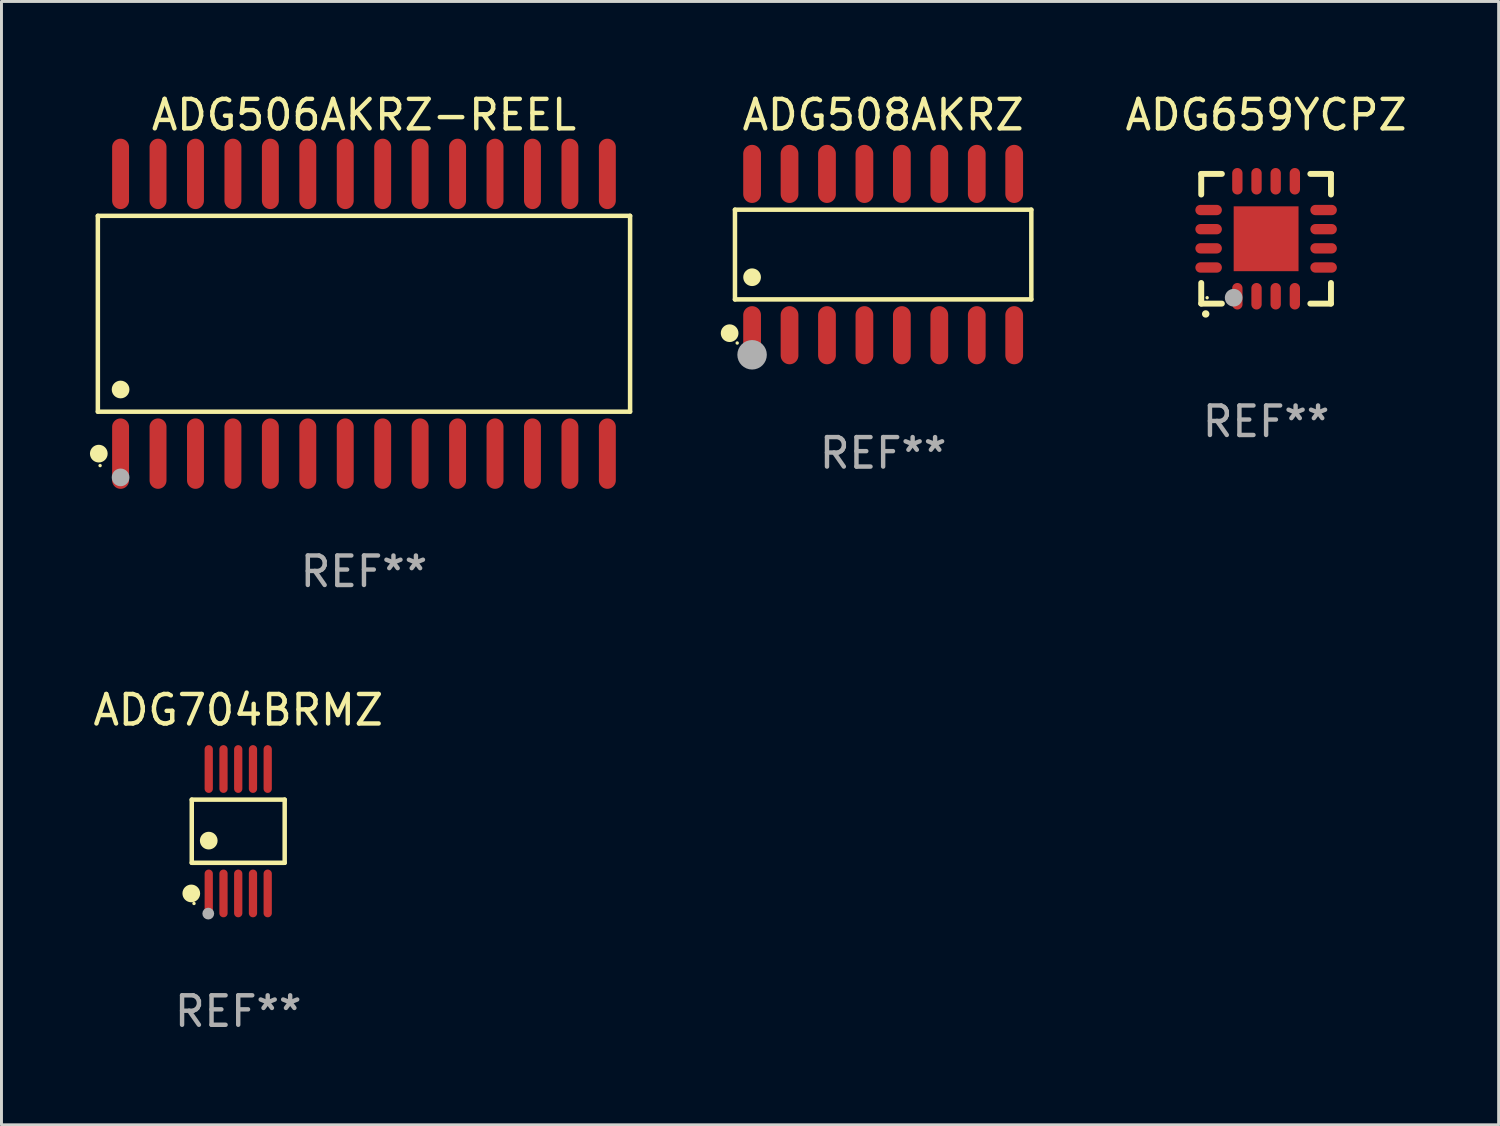
<source format=kicad_pcb>
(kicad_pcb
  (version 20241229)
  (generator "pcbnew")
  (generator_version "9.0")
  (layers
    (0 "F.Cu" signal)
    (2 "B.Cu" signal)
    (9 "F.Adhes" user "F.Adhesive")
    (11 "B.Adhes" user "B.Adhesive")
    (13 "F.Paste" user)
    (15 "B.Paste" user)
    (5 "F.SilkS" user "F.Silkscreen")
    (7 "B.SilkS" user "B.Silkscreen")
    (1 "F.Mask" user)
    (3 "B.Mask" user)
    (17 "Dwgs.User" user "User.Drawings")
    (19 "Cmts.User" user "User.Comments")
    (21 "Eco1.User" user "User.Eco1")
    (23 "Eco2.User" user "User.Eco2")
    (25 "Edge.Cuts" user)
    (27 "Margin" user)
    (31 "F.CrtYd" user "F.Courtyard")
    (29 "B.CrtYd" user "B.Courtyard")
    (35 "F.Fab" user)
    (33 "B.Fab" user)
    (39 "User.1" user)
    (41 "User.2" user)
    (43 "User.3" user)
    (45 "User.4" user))
  (footprint "ADG704BRMZ"
    (layer "F.Cu")
    (at 5.03 25.143)
    (property "Reference" "ADG704BRMZ" (at 0 -4.11 0) (layer "F.SilkS") (effects (font (size 1 1) (thickness 0.15))))
    (attr through_hole)
    (fp_line (start -1.576 -1.071) (end 1.576 -1.071) (stroke (width 0.152) (type solid)) (layer "F.SilkS"))
    (fp_line (start -1.576 1.071) (end -1.576 -1.071) (stroke (width 0.152) (type solid)) (layer "F.SilkS"))
    (fp_line (start 1.576 -1.071) (end 1.576 1.071) (stroke (width 0.152) (type solid)) (layer "F.SilkS"))
    (fp_line (start 1.576 1.071) (end -1.576 1.071) (stroke (width 0.152) (type solid)) (layer "F.SilkS"))
    (fp_circle (center -1.592 2.11) (end -1.442 2.11) (stroke (width 0.3) (type solid)) (fill no) (layer "F.SilkS"))
    (fp_circle (center -1.5 2.45) (end -1.47 2.45) (stroke (width 0.06) (type solid)) (fill no) (layer "F.SilkS"))
    (fp_circle (center -1 0.319) (end -0.85 0.319) (stroke (width 0.3) (type solid)) (fill no) (layer "F.SilkS"))
    (fp_circle (center -1.016 2.794) (end -0.916 2.794) (stroke (width 0.2) (type solid)) (fill no) (layer "F.Fab"))
    (fp_text user "REF**" (at 0 6.11 0) (layer "F.Fab") (effects (font (size 1 1) (thickness 0.15))))
    (pad "1" smd oval (at -1 2.11) (size 0.28 1.62) (layers "F.Cu" "F.Mask" "F.Paste"))
    (pad "2" smd oval (at -0.5 2.11) (size 0.28 1.62) (layers "F.Cu" "F.Mask" "F.Paste"))
    (pad "3" smd oval (at 0 2.11) (size 0.28 1.62) (layers "F.Cu" "F.Mask" "F.Paste"))
    (pad "4" smd oval (at 0.5 2.11) (size 0.28 1.62) (layers "F.Cu" "F.Mask" "F.Paste"))
    (pad "5" smd oval (at 1 2.11) (size 0.28 1.62) (layers "F.Cu" "F.Mask" "F.Paste"))
    (pad "6" smd oval (at 1 -2.11) (size 0.28 1.62) (layers "F.Cu" "F.Mask" "F.Paste"))
    (pad "7" smd oval (at 0.5 -2.11) (size 0.28 1.62) (layers "F.Cu" "F.Mask" "F.Paste"))
    (pad "8" smd oval (at 0 -2.11) (size 0.28 1.62) (layers "F.Cu" "F.Mask" "F.Paste"))
    (pad "9" smd oval (at -0.5 -2.11) (size 0.28 1.62) (layers "F.Cu" "F.Mask" "F.Paste"))
    (pad "10" smd oval (at -1 -2.11) (size 0.28 1.62) (layers "F.Cu" "F.Mask" "F.Paste")))
  (footprint "ADG506AKRZ-REEL"
    (layer "F.Cu")
    (at 9.295 7.592)
    (property "Reference" "ADG506AKRZ-REEL" (at 0 -6.744 0) (layer "F.SilkS") (effects (font (size 1 1) (thickness 0.15))))
    (attr through_hole)
    (fp_line (start -9.026 -3.321) (end 9.026 -3.321) (stroke (width 0.152) (type solid)) (layer "F.SilkS"))
    (fp_line (start -9.026 3.321) (end -9.026 -3.321) (stroke (width 0.152) (type solid)) (layer "F.SilkS"))
    (fp_line (start 9.026 -3.321) (end 9.026 3.321) (stroke (width 0.152) (type solid)) (layer "F.SilkS"))
    (fp_line (start 9.026 3.321) (end -9.026 3.321) (stroke (width 0.152) (type solid)) (layer "F.SilkS"))
    (fp_circle (center -8.994 4.744) (end -8.844 4.744) (stroke (width 0.3) (type solid)) (fill no) (layer "F.SilkS"))
    (fp_circle (center -8.95 5.15) (end -8.92 5.15) (stroke (width 0.06) (type solid)) (fill no) (layer "F.SilkS"))
    (fp_circle (center -8.255 2.569) (end -8.105 2.569) (stroke (width 0.3) (type solid)) (fill no) (layer "F.SilkS"))
    (fp_circle (center -8.255 5.55) (end -8.105 5.55) (stroke (width 0.3) (type solid)) (fill no) (layer "F.Fab"))
    (fp_text user "REF**" (at 0 8.744 0) (layer "F.Fab") (effects (font (size 1 1) (thickness 0.15))))
    (pad "1" smd oval (at -8.255 4.744) (size 0.574 2.388) (layers "F.Cu" "F.Mask" "F.Paste"))
    (pad "2" smd oval (at -6.985 4.744) (size 0.574 2.388) (layers "F.Cu" "F.Mask" "F.Paste"))
    (pad "3" smd oval (at -5.715 4.744) (size 0.574 2.388) (layers "F.Cu" "F.Mask" "F.Paste"))
    (pad "4" smd oval (at -4.445 4.744) (size 0.574 2.388) (layers "F.Cu" "F.Mask" "F.Paste"))
    (pad "5" smd oval (at -3.175 4.744) (size 0.574 2.388) (layers "F.Cu" "F.Mask" "F.Paste"))
    (pad "6" smd oval (at -1.905 4.744) (size 0.574 2.388) (layers "F.Cu" "F.Mask" "F.Paste"))
    (pad "7" smd oval (at -0.635 4.744) (size 0.574 2.388) (layers "F.Cu" "F.Mask" "F.Paste"))
    (pad "8" smd oval (at 0.635 4.744) (size 0.574 2.388) (layers "F.Cu" "F.Mask" "F.Paste"))
    (pad "9" smd oval (at 1.905 4.744) (size 0.574 2.388) (layers "F.Cu" "F.Mask" "F.Paste"))
    (pad "10" smd oval (at 3.175 4.744) (size 0.574 2.388) (layers "F.Cu" "F.Mask" "F.Paste"))
    (pad "11" smd oval (at 4.445 4.744) (size 0.574 2.388) (layers "F.Cu" "F.Mask" "F.Paste"))
    (pad "12" smd oval (at 5.715 4.744) (size 0.574 2.388) (layers "F.Cu" "F.Mask" "F.Paste"))
    (pad "13" smd oval (at 6.985 4.744) (size 0.574 2.388) (layers "F.Cu" "F.Mask" "F.Paste"))
    (pad "14" smd oval (at 8.255 4.744) (size 0.574 2.388) (layers "F.Cu" "F.Mask" "F.Paste"))
    (pad "15" smd oval (at 8.255 -4.744) (size 0.574 2.388) (layers "F.Cu" "F.Mask" "F.Paste"))
    (pad "16" smd oval (at 6.985 -4.744) (size 0.574 2.388) (layers "F.Cu" "F.Mask" "F.Paste"))
    (pad "17" smd oval (at 5.715 -4.744) (size 0.574 2.388) (layers "F.Cu" "F.Mask" "F.Paste"))
    (pad "18" smd oval (at 4.445 -4.744) (size 0.574 2.388) (layers "F.Cu" "F.Mask" "F.Paste"))
    (pad "19" smd oval (at 3.175 -4.744) (size 0.574 2.388) (layers "F.Cu" "F.Mask" "F.Paste"))
    (pad "20" smd oval (at 1.905 -4.744) (size 0.574 2.388) (layers "F.Cu" "F.Mask" "F.Paste"))
    (pad "21" smd oval (at 0.635 -4.744) (size 0.574 2.388) (layers "F.Cu" "F.Mask" "F.Paste"))
    (pad "22" smd oval (at -0.635 -4.744) (size 0.574 2.388) (layers "F.Cu" "F.Mask" "F.Paste"))
    (pad "23" smd oval (at -1.905 -4.744) (size 0.574 2.388) (layers "F.Cu" "F.Mask" "F.Paste"))
    (pad "24" smd oval (at -3.175 -4.744) (size 0.574 2.388) (layers "F.Cu" "F.Mask" "F.Paste"))
    (pad "25" smd oval (at -4.445 -4.744) (size 0.574 2.388) (layers "F.Cu" "F.Mask" "F.Paste"))
    (pad "26" smd oval (at -5.715 -4.744) (size 0.574 2.388) (layers "F.Cu" "F.Mask" "F.Paste"))
    (pad "27" smd oval (at -6.985 -4.744) (size 0.574 2.388) (layers "F.Cu" "F.Mask" "F.Paste"))
    (pad "28" smd oval (at -8.255 -4.744) (size 0.574 2.388) (layers "F.Cu" "F.Mask" "F.Paste")))
  (footprint "ADG508AKRZ"
    (layer "F.Cu")
    (at 26.904 5.584)
    (property "Reference" "ADG508AKRZ" (at 0 -4.736 0) (layer "F.SilkS") (effects (font (size 1 1) (thickness 0.15))))
    (attr through_hole)
    (fp_line (start -5.026 -1.521) (end 5.026 -1.521) (stroke (width 0.152) (type solid)) (layer "F.SilkS"))
    (fp_line (start -5.026 1.521) (end -5.026 -1.521) (stroke (width 0.152) (type solid)) (layer "F.SilkS"))
    (fp_line (start 5.026 -1.521) (end 5.026 1.521) (stroke (width 0.152) (type solid)) (layer "F.SilkS"))
    (fp_line (start 5.026 1.521) (end -5.026 1.521) (stroke (width 0.152) (type solid)) (layer "F.SilkS"))
    (fp_circle (center -5.207 2.667) (end -5.057 2.667) (stroke (width 0.3) (type solid)) (fill no) (layer "F.SilkS"))
    (fp_circle (center -4.95 3) (end -4.92 3) (stroke (width 0.06) (type solid)) (fill no) (layer "F.SilkS"))
    (fp_circle (center -4.445 0.769) (end -4.295 0.769) (stroke (width 0.3) (type solid)) (fill no) (layer "F.SilkS"))
    (fp_circle (center -4.445 3.4) (end -4.195 3.4) (stroke (width 0.5) (type solid)) (fill no) (layer "F.Fab"))
    (fp_text user "REF**" (at 0 6.736 0) (layer "F.Fab") (effects (font (size 1 1) (thickness 0.15))))
    (pad "1" smd oval (at -4.445 2.736) (size 0.602 1.971) (layers "F.Cu" "F.Mask" "F.Paste"))
    (pad "2" smd oval (at -3.175 2.736) (size 0.602 1.971) (layers "F.Cu" "F.Mask" "F.Paste"))
    (pad "3" smd oval (at -1.905 2.736) (size 0.602 1.971) (layers "F.Cu" "F.Mask" "F.Paste"))
    (pad "4" smd oval (at -0.635 2.736) (size 0.602 1.971) (layers "F.Cu" "F.Mask" "F.Paste"))
    (pad "5" smd oval (at 0.635 2.736) (size 0.602 1.971) (layers "F.Cu" "F.Mask" "F.Paste"))
    (pad "6" smd oval (at 1.905 2.736) (size 0.602 1.971) (layers "F.Cu" "F.Mask" "F.Paste"))
    (pad "7" smd oval (at 3.175 2.736) (size 0.602 1.971) (layers "F.Cu" "F.Mask" "F.Paste"))
    (pad "8" smd oval (at 4.445 2.736) (size 0.602 1.971) (layers "F.Cu" "F.Mask" "F.Paste"))
    (pad "9" smd oval (at 4.445 -2.736) (size 0.602 1.971) (layers "F.Cu" "F.Mask" "F.Paste"))
    (pad "10" smd oval (at 3.175 -2.736) (size 0.602 1.971) (layers "F.Cu" "F.Mask" "F.Paste"))
    (pad "11" smd oval (at 1.905 -2.736) (size 0.602 1.971) (layers "F.Cu" "F.Mask" "F.Paste"))
    (pad "12" smd oval (at 0.635 -2.736) (size 0.602 1.971) (layers "F.Cu" "F.Mask" "F.Paste"))
    (pad "13" smd oval (at -0.635 -2.736) (size 0.602 1.971) (layers "F.Cu" "F.Mask" "F.Paste"))
    (pad "14" smd oval (at -1.905 -2.736) (size 0.602 1.971) (layers "F.Cu" "F.Mask" "F.Paste"))
    (pad "15" smd oval (at -3.175 -2.736) (size 0.602 1.971) (layers "F.Cu" "F.Mask" "F.Paste"))
    (pad "16" smd oval (at -4.445 -2.736) (size 0.602 1.971) (layers "F.Cu" "F.Mask" "F.Paste")))
  (footprint "ADG659YCPZ"
    (layer "F.Cu")
    (at 39.893 5.048)
    (property "Reference" "ADG659YCPZ" (at 0 -4.2 0) (layer "F.SilkS") (effects (font (size 1 1) (thickness 0.15))))
    (attr through_hole)
    (fp_line (start -2.2 -2.2) (end -1.5 -2.2) (stroke (width 0.2) (type solid)) (layer "F.SilkS"))
    (fp_line (start -2.2 -1.5) (end -2.2 -2.2) (stroke (width 0.2) (type solid)) (layer "F.SilkS"))
    (fp_line (start -2.2 2.2) (end -2.2 1.5) (stroke (width 0.2) (type solid)) (layer "F.SilkS"))
    (fp_line (start -1.5 2.2) (end -2.2 2.2) (stroke (width 0.2) (type solid)) (layer "F.SilkS"))
    (fp_line (start 1.5 2.2) (end 2.2 2.2) (stroke (width 0.2) (type solid)) (layer "F.SilkS"))
    (fp_line (start 2.2 -2.2) (end 1.5 -2.2) (stroke (width 0.2) (type solid)) (layer "F.SilkS"))
    (fp_line (start 2.2 -1.5) (end 2.2 -2.2) (stroke (width 0.2) (type solid)) (layer "F.SilkS"))
    (fp_line (start 2.2 2.2) (end 2.2 1.5) (stroke (width 0.2) (type solid)) (layer "F.SilkS"))
    (fp_arc (start -2.049784 2.550165) (mid -2.048514 2.550159) (end -2.047244 2.550165) (stroke (width 0.25) (type solid)) (layer "F.SilkS"))
    (fp_circle (center -2 2) (end -1.97 2) (stroke (width 0.06) (type solid)) (fill no) (layer "F.SilkS"))
    (fp_circle (center -1.1 2) (end -0.95 2) (stroke (width 0.3) (type solid)) (fill no) (layer "F.Fab"))
    (fp_text user "REF**" (at 0 6.2 0) (layer "F.Fab") (effects (font (size 1 1) (thickness 0.15))))
    (pad "1" smd oval (at -0.975 1.95 180) (size 0.35 0.9) (layers "F.Cu" "F.Mask" "F.Paste"))
    (pad "2" smd oval (at -0.325 1.95 180) (size 0.35 0.9) (layers "F.Cu" "F.Mask" "F.Paste"))
    (pad "3" smd oval (at 0.325 1.95 180) (size 0.35 0.9) (layers "F.Cu" "F.Mask" "F.Paste"))
    (pad "4" smd oval (at 0.975 1.95 180) (size 0.35 0.9) (layers "F.Cu" "F.Mask" "F.Paste"))
    (pad "5" smd oval (at 1.95 0.975 90) (size 0.35 0.9) (layers "F.Cu" "F.Mask" "F.Paste"))
    (pad "6" smd oval (at 1.95 0.325 90) (size 0.35 0.9) (layers "F.Cu" "F.Mask" "F.Paste"))
    (pad "7" smd oval (at 1.95 -0.325 90) (size 0.35 0.9) (layers "F.Cu" "F.Mask" "F.Paste"))
    (pad "8" smd oval (at 1.95 -0.975 90) (size 0.35 0.9) (layers "F.Cu" "F.Mask" "F.Paste"))
    (pad "9" smd oval (at 0.975 -1.95 180) (size 0.35 0.9) (layers "F.Cu" "F.Mask" "F.Paste"))
    (pad "10" smd oval (at 0.325 -1.95 180) (size 0.35 0.9) (layers "F.Cu" "F.Mask" "F.Paste"))
    (pad "11" smd oval (at -0.325 -1.95 180) (size 0.35 0.9) (layers "F.Cu" "F.Mask" "F.Paste"))
    (pad "12" smd oval (at -0.975 -1.95 180) (size 0.35 0.9) (layers "F.Cu" "F.Mask" "F.Paste"))
    (pad "13" smd oval (at -1.95 -0.975 90) (size 0.35 0.9) (layers "F.Cu" "F.Mask" "F.Paste"))
    (pad "14" smd oval (at -1.95 -0.325 90) (size 0.35 0.9) (layers "F.Cu" "F.Mask" "F.Paste"))
    (pad "15" smd oval (at -1.95 0.325 90) (size 0.35 0.9) (layers "F.Cu" "F.Mask" "F.Paste"))
    (pad "16" smd oval (at -1.95 0.975 90) (size 0.35 0.9) (layers "F.Cu" "F.Mask" "F.Paste"))
    (pad "17" smd rect (at 0.000051 0.000051 90) (size 2.2 2.2) (layers "F.Cu" "F.Mask" "F.Paste")))
  (gr_rect
    (start -3 -3)
    (end 47.78 35.101)
    (stroke (width 0.1) (type default))
    (fill no)
    (layer "Edge.Cuts")))
</source>
